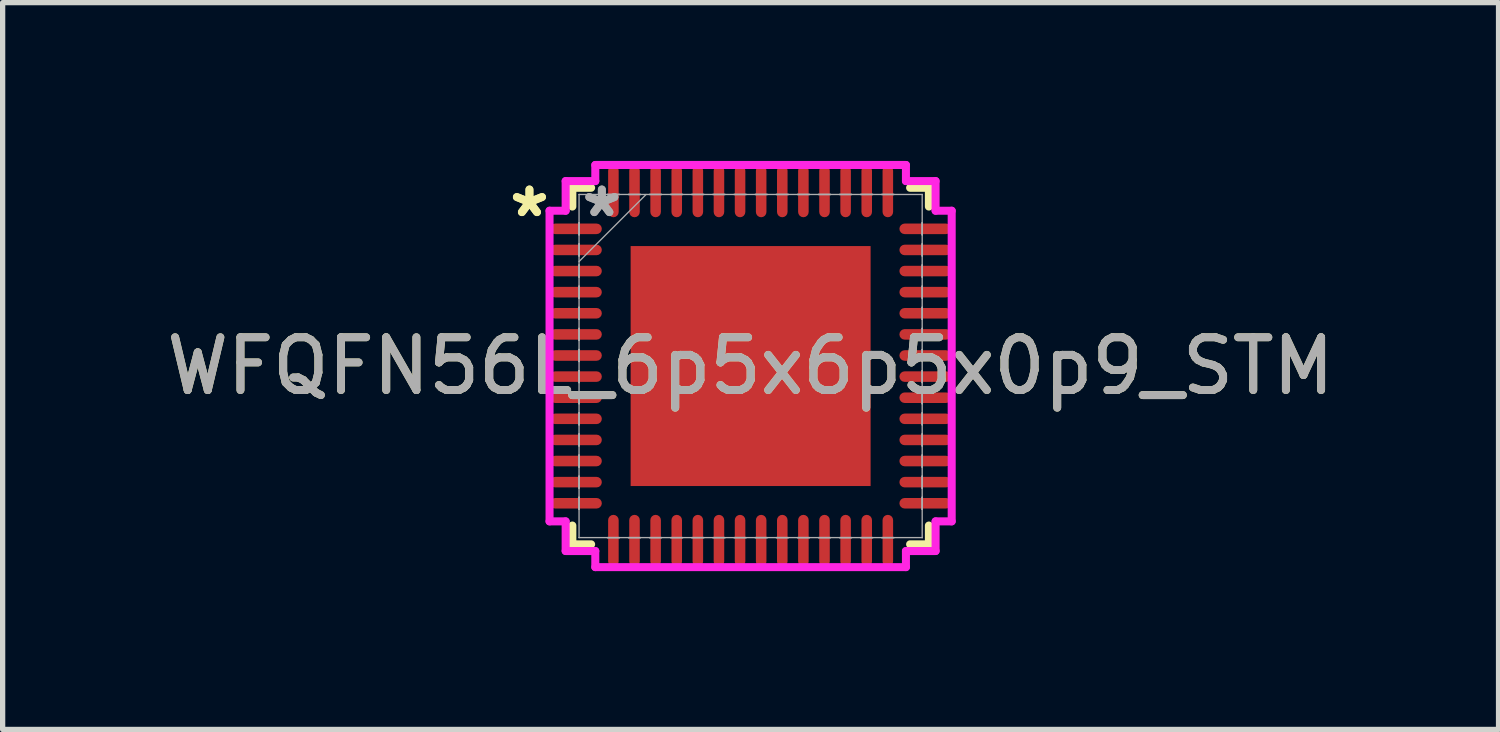
<source format=kicad_pcb>
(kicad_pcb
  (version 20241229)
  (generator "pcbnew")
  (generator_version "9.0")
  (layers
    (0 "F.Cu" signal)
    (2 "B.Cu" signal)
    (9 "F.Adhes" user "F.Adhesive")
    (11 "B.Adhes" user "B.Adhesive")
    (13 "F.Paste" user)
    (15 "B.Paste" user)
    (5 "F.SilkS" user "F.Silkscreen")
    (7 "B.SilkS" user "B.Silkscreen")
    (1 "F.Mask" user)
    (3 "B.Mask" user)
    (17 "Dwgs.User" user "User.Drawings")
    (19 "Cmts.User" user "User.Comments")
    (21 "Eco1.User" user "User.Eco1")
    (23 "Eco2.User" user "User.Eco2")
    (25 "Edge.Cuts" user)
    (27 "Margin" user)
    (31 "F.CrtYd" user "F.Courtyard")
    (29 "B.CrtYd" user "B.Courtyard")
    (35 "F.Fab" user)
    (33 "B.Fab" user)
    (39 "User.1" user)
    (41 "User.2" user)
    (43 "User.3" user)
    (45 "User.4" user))
  (footprint "WFQFN56L_6p5x6p5x0p9_STM"
    (layer "F.Cu")
    (at 11.173 3.886)
    (property "Reference" "WFQFN56L_6p5x6p5x0p9_STM" (at 0 0 0) (unlocked yes) (layer "F.SilkS") (effects (font (size 1 1) (thickness 0.15))))
    (attr smd)
    (fp_line (start -3.378 -3.378) (end -3.378 -3.022) (stroke (width 0.152) (type solid)) (layer "F.SilkS"))
    (fp_line (start -3.378 3.022) (end -3.378 3.378) (stroke (width 0.152) (type solid)) (layer "F.SilkS"))
    (fp_line (start -3.378 3.378) (end -3.022 3.378) (stroke (width 0.152) (type solid)) (layer "F.SilkS"))
    (fp_line (start -3.022 -3.378) (end -3.378 -3.378) (stroke (width 0.152) (type solid)) (layer "F.SilkS"))
    (fp_line (start 3.022 3.378) (end 3.378 3.378) (stroke (width 0.152) (type solid)) (layer "F.SilkS"))
    (fp_line (start 3.378 -3.378) (end 3.022 -3.378) (stroke (width 0.152) (type solid)) (layer "F.SilkS"))
    (fp_line (start 3.378 -3.022) (end 3.378 -3.378) (stroke (width 0.152) (type solid)) (layer "F.SilkS"))
    (fp_line (start 3.378 3.378) (end 3.378 3.022) (stroke (width 0.152) (type solid)) (layer "F.SilkS"))
    (fp_rect (start -2.076 -2.076) (end -0.956 -0.956) (stroke (width 0.1) (type default)) (fill yes) (layer "F.Paste"))
    (fp_rect (start -2.076 -0.56) (end -0.956 0.56) (stroke (width 0.1) (type default)) (fill yes) (layer "F.Paste"))
    (fp_rect (start -2.076 0.956) (end -0.956 2.076) (stroke (width 0.1) (type default)) (fill yes) (layer "F.Paste"))
    (fp_rect (start -0.56 -2.076) (end 0.56 -0.956) (stroke (width 0.1) (type default)) (fill yes) (layer "F.Paste"))
    (fp_rect (start -0.56 -0.56) (end 0.56 0.56) (stroke (width 0.1) (type default)) (fill yes) (layer "F.Paste"))
    (fp_rect (start -0.56 0.956) (end 0.56 2.076) (stroke (width 0.1) (type default)) (fill yes) (layer "F.Paste"))
    (fp_rect (start 0.956 -2.076) (end 2.076 -0.956) (stroke (width 0.1) (type default)) (fill yes) (layer "F.Paste"))
    (fp_rect (start 0.956 -0.56) (end 2.076 0.56) (stroke (width 0.1) (type default)) (fill yes) (layer "F.Paste"))
    (fp_rect (start 0.956 0.956) (end 2.076 2.076) (stroke (width 0.1) (type default)) (fill yes) (layer "F.Paste"))
    (fp_line (start -3.81 -2.943) (end -3.505 -2.943) (stroke (width 0.152) (type solid)) (layer "F.CrtYd"))
    (fp_line (start -3.81 2.943) (end -3.81 -2.943) (stroke (width 0.152) (type solid)) (layer "F.CrtYd"))
    (fp_line (start -3.505 -3.505) (end -2.943 -3.505) (stroke (width 0.152) (type solid)) (layer "F.CrtYd"))
    (fp_line (start -3.505 -2.943) (end -3.505 -3.505) (stroke (width 0.152) (type solid)) (layer "F.CrtYd"))
    (fp_line (start -3.505 2.943) (end -3.81 2.943) (stroke (width 0.152) (type solid)) (layer "F.CrtYd"))
    (fp_line (start -3.505 3.505) (end -3.505 2.943) (stroke (width 0.152) (type solid)) (layer "F.CrtYd"))
    (fp_line (start -2.943 -3.81) (end 2.943 -3.81) (stroke (width 0.152) (type solid)) (layer "F.CrtYd"))
    (fp_line (start -2.943 -3.505) (end -2.943 -3.81) (stroke (width 0.152) (type solid)) (layer "F.CrtYd"))
    (fp_line (start -2.943 3.505) (end -3.505 3.505) (stroke (width 0.152) (type solid)) (layer "F.CrtYd"))
    (fp_line (start -2.943 3.81) (end -2.943 3.505) (stroke (width 0.152) (type solid)) (layer "F.CrtYd"))
    (fp_line (start 2.943 -3.81) (end 2.943 -3.505) (stroke (width 0.152) (type solid)) (layer "F.CrtYd"))
    (fp_line (start 2.943 -3.505) (end 3.505 -3.505) (stroke (width 0.152) (type solid)) (layer "F.CrtYd"))
    (fp_line (start 2.943 3.505) (end 2.943 3.81) (stroke (width 0.152) (type solid)) (layer "F.CrtYd"))
    (fp_line (start 2.943 3.81) (end -2.943 3.81) (stroke (width 0.152) (type solid)) (layer "F.CrtYd"))
    (fp_line (start 3.505 -3.505) (end 3.505 -2.943) (stroke (width 0.152) (type solid)) (layer "F.CrtYd"))
    (fp_line (start 3.505 -2.943) (end 3.81 -2.943) (stroke (width 0.152) (type solid)) (layer "F.CrtYd"))
    (fp_line (start 3.505 2.943) (end 3.505 3.505) (stroke (width 0.152) (type solid)) (layer "F.CrtYd"))
    (fp_line (start 3.505 3.505) (end 2.943 3.505) (stroke (width 0.152) (type solid)) (layer "F.CrtYd"))
    (fp_line (start 3.81 -2.943) (end 3.81 2.943) (stroke (width 0.152) (type solid)) (layer "F.CrtYd"))
    (fp_line (start 3.81 2.943) (end 3.505 2.943) (stroke (width 0.152) (type solid)) (layer "F.CrtYd"))
    (fp_line (start -3.251 -3.251) (end -3.251 -3.251) (stroke (width 0.025) (type solid)) (layer "F.Fab"))
    (fp_line (start -3.251 -3.251) (end -3.251 3.251) (stroke (width 0.025) (type solid)) (layer "F.Fab"))
    (fp_line (start -3.251 -2.715) (end -3.251 -2.715) (stroke (width 0.025) (type solid)) (layer "F.Fab"))
    (fp_line (start -3.251 -2.715) (end -3.251 -2.486) (stroke (width 0.025) (type solid)) (layer "F.Fab"))
    (fp_line (start -3.251 -2.486) (end -3.251 -2.715) (stroke (width 0.025) (type solid)) (layer "F.Fab"))
    (fp_line (start -3.251 -2.486) (end -3.251 -2.486) (stroke (width 0.025) (type solid)) (layer "F.Fab"))
    (fp_line (start -3.251 -2.315) (end -3.251 -2.315) (stroke (width 0.025) (type solid)) (layer "F.Fab"))
    (fp_line (start -3.251 -2.315) (end -3.251 -2.086) (stroke (width 0.025) (type solid)) (layer "F.Fab"))
    (fp_line (start -3.251 -2.086) (end -3.251 -2.315) (stroke (width 0.025) (type solid)) (layer "F.Fab"))
    (fp_line (start -3.251 -2.086) (end -3.251 -2.086) (stroke (width 0.025) (type solid)) (layer "F.Fab"))
    (fp_line (start -3.251 -1.981) (end -1.981 -3.251) (stroke (width 0.025) (type solid)) (layer "F.Fab"))
    (fp_line (start -3.251 -1.915) (end -3.251 -1.915) (stroke (width 0.025) (type solid)) (layer "F.Fab"))
    (fp_line (start -3.251 -1.915) (end -3.251 -1.686) (stroke (width 0.025) (type solid)) (layer "F.Fab"))
    (fp_line (start -3.251 -1.686) (end -3.251 -1.915) (stroke (width 0.025) (type solid)) (layer "F.Fab"))
    (fp_line (start -3.251 -1.686) (end -3.251 -1.686) (stroke (width 0.025) (type solid)) (layer "F.Fab"))
    (fp_line (start -3.251 -1.514) (end -3.251 -1.514) (stroke (width 0.025) (type solid)) (layer "F.Fab"))
    (fp_line (start -3.251 -1.514) (end -3.251 -1.286) (stroke (width 0.025) (type solid)) (layer "F.Fab"))
    (fp_line (start -3.251 -1.286) (end -3.251 -1.514) (stroke (width 0.025) (type solid)) (layer "F.Fab"))
    (fp_line (start -3.251 -1.286) (end -3.251 -1.286) (stroke (width 0.025) (type solid)) (layer "F.Fab"))
    (fp_line (start -3.251 -1.114) (end -3.251 -1.114) (stroke (width 0.025) (type solid)) (layer "F.Fab"))
    (fp_line (start -3.251 -1.114) (end -3.251 -0.886) (stroke (width 0.025) (type solid)) (layer "F.Fab"))
    (fp_line (start -3.251 -0.886) (end -3.251 -1.114) (stroke (width 0.025) (type solid)) (layer "F.Fab"))
    (fp_line (start -3.251 -0.886) (end -3.251 -0.886) (stroke (width 0.025) (type solid)) (layer "F.Fab"))
    (fp_line (start -3.251 -0.714) (end -3.251 -0.714) (stroke (width 0.025) (type solid)) (layer "F.Fab"))
    (fp_line (start -3.251 -0.714) (end -3.251 -0.486) (stroke (width 0.025) (type solid)) (layer "F.Fab"))
    (fp_line (start -3.251 -0.486) (end -3.251 -0.714) (stroke (width 0.025) (type solid)) (layer "F.Fab"))
    (fp_line (start -3.251 -0.486) (end -3.251 -0.486) (stroke (width 0.025) (type solid)) (layer "F.Fab"))
    (fp_line (start -3.251 -0.314) (end -3.251 -0.314) (stroke (width 0.025) (type solid)) (layer "F.Fab"))
    (fp_line (start -3.251 -0.314) (end -3.251 -0.086) (stroke (width 0.025) (type solid)) (layer "F.Fab"))
    (fp_line (start -3.251 -0.086) (end -3.251 -0.314) (stroke (width 0.025) (type solid)) (layer "F.Fab"))
    (fp_line (start -3.251 -0.086) (end -3.251 -0.086) (stroke (width 0.025) (type solid)) (layer "F.Fab"))
    (fp_line (start -3.251 0.086) (end -3.251 0.086) (stroke (width 0.025) (type solid)) (layer "F.Fab"))
    (fp_line (start -3.251 0.086) (end -3.251 0.314) (stroke (width 0.025) (type solid)) (layer "F.Fab"))
    (fp_line (start -3.251 0.314) (end -3.251 0.086) (stroke (width 0.025) (type solid)) (layer "F.Fab"))
    (fp_line (start -3.251 0.314) (end -3.251 0.314) (stroke (width 0.025) (type solid)) (layer "F.Fab"))
    (fp_line (start -3.251 0.486) (end -3.251 0.486) (stroke (width 0.025) (type solid)) (layer "F.Fab"))
    (fp_line (start -3.251 0.486) (end -3.251 0.714) (stroke (width 0.025) (type solid)) (layer "F.Fab"))
    (fp_line (start -3.251 0.714) (end -3.251 0.486) (stroke (width 0.025) (type solid)) (layer "F.Fab"))
    (fp_line (start -3.251 0.714) (end -3.251 0.714) (stroke (width 0.025) (type solid)) (layer "F.Fab"))
    (fp_line (start -3.251 0.886) (end -3.251 0.886) (stroke (width 0.025) (type solid)) (layer "F.Fab"))
    (fp_line (start -3.251 0.886) (end -3.251 1.114) (stroke (width 0.025) (type solid)) (layer "F.Fab"))
    (fp_line (start -3.251 1.114) (end -3.251 0.886) (stroke (width 0.025) (type solid)) (layer "F.Fab"))
    (fp_line (start -3.251 1.114) (end -3.251 1.114) (stroke (width 0.025) (type solid)) (layer "F.Fab"))
    (fp_line (start -3.251 1.286) (end -3.251 1.286) (stroke (width 0.025) (type solid)) (layer "F.Fab"))
    (fp_line (start -3.251 1.286) (end -3.251 1.514) (stroke (width 0.025) (type solid)) (layer "F.Fab"))
    (fp_line (start -3.251 1.514) (end -3.251 1.286) (stroke (width 0.025) (type solid)) (layer "F.Fab"))
    (fp_line (start -3.251 1.514) (end -3.251 1.514) (stroke (width 0.025) (type solid)) (layer "F.Fab"))
    (fp_line (start -3.251 1.686) (end -3.251 1.686) (stroke (width 0.025) (type solid)) (layer "F.Fab"))
    (fp_line (start -3.251 1.686) (end -3.251 1.915) (stroke (width 0.025) (type solid)) (layer "F.Fab"))
    (fp_line (start -3.251 1.915) (end -3.251 1.686) (stroke (width 0.025) (type solid)) (layer "F.Fab"))
    (fp_line (start -3.251 1.915) (end -3.251 1.915) (stroke (width 0.025) (type solid)) (layer "F.Fab"))
    (fp_line (start -3.251 2.086) (end -3.251 2.086) (stroke (width 0.025) (type solid)) (layer "F.Fab"))
    (fp_line (start -3.251 2.086) (end -3.251 2.315) (stroke (width 0.025) (type solid)) (layer "F.Fab"))
    (fp_line (start -3.251 2.315) (end -3.251 2.086) (stroke (width 0.025) (type solid)) (layer "F.Fab"))
    (fp_line (start -3.251 2.315) (end -3.251 2.315) (stroke (width 0.025) (type solid)) (layer "F.Fab"))
    (fp_line (start -3.251 2.486) (end -3.251 2.486) (stroke (width 0.025) (type solid)) (layer "F.Fab"))
    (fp_line (start -3.251 2.486) (end -3.251 2.715) (stroke (width 0.025) (type solid)) (layer "F.Fab"))
    (fp_line (start -3.251 2.715) (end -3.251 2.486) (stroke (width 0.025) (type solid)) (layer "F.Fab"))
    (fp_line (start -3.251 2.715) (end -3.251 2.715) (stroke (width 0.025) (type solid)) (layer "F.Fab"))
    (fp_line (start -3.251 3.251) (end -3.251 3.251) (stroke (width 0.025) (type solid)) (layer "F.Fab"))
    (fp_line (start -3.251 3.251) (end 3.251 3.251) (stroke (width 0.025) (type solid)) (layer "F.Fab"))
    (fp_line (start -2.715 -3.251) (end -2.715 -3.251) (stroke (width 0.025) (type solid)) (layer "F.Fab"))
    (fp_line (start -2.715 -3.251) (end -2.486 -3.251) (stroke (width 0.025) (type solid)) (layer "F.Fab"))
    (fp_line (start -2.715 3.251) (end -2.715 3.251) (stroke (width 0.025) (type solid)) (layer "F.Fab"))
    (fp_line (start -2.715 3.251) (end -2.486 3.251) (stroke (width 0.025) (type solid)) (layer "F.Fab"))
    (fp_line (start -2.486 -3.251) (end -2.715 -3.251) (stroke (width 0.025) (type solid)) (layer "F.Fab"))
    (fp_line (start -2.486 -3.251) (end -2.486 -3.251) (stroke (width 0.025) (type solid)) (layer "F.Fab"))
    (fp_line (start -2.486 3.251) (end -2.715 3.251) (stroke (width 0.025) (type solid)) (layer "F.Fab"))
    (fp_line (start -2.486 3.251) (end -2.486 3.251) (stroke (width 0.025) (type solid)) (layer "F.Fab"))
    (fp_line (start -2.315 -3.251) (end -2.315 -3.251) (stroke (width 0.025) (type solid)) (layer "F.Fab"))
    (fp_line (start -2.315 -3.251) (end -2.086 -3.251) (stroke (width 0.025) (type solid)) (layer "F.Fab"))
    (fp_line (start -2.315 3.251) (end -2.315 3.251) (stroke (width 0.025) (type solid)) (layer "F.Fab"))
    (fp_line (start -2.315 3.251) (end -2.086 3.251) (stroke (width 0.025) (type solid)) (layer "F.Fab"))
    (fp_line (start -2.086 -3.251) (end -2.315 -3.251) (stroke (width 0.025) (type solid)) (layer "F.Fab"))
    (fp_line (start -2.086 -3.251) (end -2.086 -3.251) (stroke (width 0.025) (type solid)) (layer "F.Fab"))
    (fp_line (start -2.086 3.251) (end -2.315 3.251) (stroke (width 0.025) (type solid)) (layer "F.Fab"))
    (fp_line (start -2.086 3.251) (end -2.086 3.251) (stroke (width 0.025) (type solid)) (layer "F.Fab"))
    (fp_line (start -1.915 -3.251) (end -1.915 -3.251) (stroke (width 0.025) (type solid)) (layer "F.Fab"))
    (fp_line (start -1.915 -3.251) (end -1.686 -3.251) (stroke (width 0.025) (type solid)) (layer "F.Fab"))
    (fp_line (start -1.915 3.251) (end -1.915 3.251) (stroke (width 0.025) (type solid)) (layer "F.Fab"))
    (fp_line (start -1.915 3.251) (end -1.686 3.251) (stroke (width 0.025) (type solid)) (layer "F.Fab"))
    (fp_line (start -1.686 -3.251) (end -1.915 -3.251) (stroke (width 0.025) (type solid)) (layer "F.Fab"))
    (fp_line (start -1.686 -3.251) (end -1.686 -3.251) (stroke (width 0.025) (type solid)) (layer "F.Fab"))
    (fp_line (start -1.686 3.251) (end -1.915 3.251) (stroke (width 0.025) (type solid)) (layer "F.Fab"))
    (fp_line (start -1.686 3.251) (end -1.686 3.251) (stroke (width 0.025) (type solid)) (layer "F.Fab"))
    (fp_line (start -1.514 -3.251) (end -1.514 -3.251) (stroke (width 0.025) (type solid)) (layer "F.Fab"))
    (fp_line (start -1.514 -3.251) (end -1.286 -3.251) (stroke (width 0.025) (type solid)) (layer "F.Fab"))
    (fp_line (start -1.514 3.251) (end -1.514 3.251) (stroke (width 0.025) (type solid)) (layer "F.Fab"))
    (fp_line (start -1.514 3.251) (end -1.286 3.251) (stroke (width 0.025) (type solid)) (layer "F.Fab"))
    (fp_line (start -1.286 -3.251) (end -1.514 -3.251) (stroke (width 0.025) (type solid)) (layer "F.Fab"))
    (fp_line (start -1.286 -3.251) (end -1.286 -3.251) (stroke (width 0.025) (type solid)) (layer "F.Fab"))
    (fp_line (start -1.286 3.251) (end -1.514 3.251) (stroke (width 0.025) (type solid)) (layer "F.Fab"))
    (fp_line (start -1.286 3.251) (end -1.286 3.251) (stroke (width 0.025) (type solid)) (layer "F.Fab"))
    (fp_line (start -1.114 -3.251) (end -1.114 -3.251) (stroke (width 0.025) (type solid)) (layer "F.Fab"))
    (fp_line (start -1.114 -3.251) (end -0.886 -3.251) (stroke (width 0.025) (type solid)) (layer "F.Fab"))
    (fp_line (start -1.114 3.251) (end -1.114 3.251) (stroke (width 0.025) (type solid)) (layer "F.Fab"))
    (fp_line (start -1.114 3.251) (end -0.886 3.251) (stroke (width 0.025) (type solid)) (layer "F.Fab"))
    (fp_line (start -0.886 -3.251) (end -1.114 -3.251) (stroke (width 0.025) (type solid)) (layer "F.Fab"))
    (fp_line (start -0.886 -3.251) (end -0.886 -3.251) (stroke (width 0.025) (type solid)) (layer "F.Fab"))
    (fp_line (start -0.886 3.251) (end -1.114 3.251) (stroke (width 0.025) (type solid)) (layer "F.Fab"))
    (fp_line (start -0.886 3.251) (end -0.886 3.251) (stroke (width 0.025) (type solid)) (layer "F.Fab"))
    (fp_line (start -0.714 -3.251) (end -0.714 -3.251) (stroke (width 0.025) (type solid)) (layer "F.Fab"))
    (fp_line (start -0.714 -3.251) (end -0.486 -3.251) (stroke (width 0.025) (type solid)) (layer "F.Fab"))
    (fp_line (start -0.714 3.251) (end -0.714 3.251) (stroke (width 0.025) (type solid)) (layer "F.Fab"))
    (fp_line (start -0.714 3.251) (end -0.486 3.251) (stroke (width 0.025) (type solid)) (layer "F.Fab"))
    (fp_line (start -0.486 -3.251) (end -0.714 -3.251) (stroke (width 0.025) (type solid)) (layer "F.Fab"))
    (fp_line (start -0.486 -3.251) (end -0.486 -3.251) (stroke (width 0.025) (type solid)) (layer "F.Fab"))
    (fp_line (start -0.486 3.251) (end -0.714 3.251) (stroke (width 0.025) (type solid)) (layer "F.Fab"))
    (fp_line (start -0.486 3.251) (end -0.486 3.251) (stroke (width 0.025) (type solid)) (layer "F.Fab"))
    (fp_line (start -0.314 -3.251) (end -0.314 -3.251) (stroke (width 0.025) (type solid)) (layer "F.Fab"))
    (fp_line (start -0.314 -3.251) (end -0.086 -3.251) (stroke (width 0.025) (type solid)) (layer "F.Fab"))
    (fp_line (start -0.314 3.251) (end -0.314 3.251) (stroke (width 0.025) (type solid)) (layer "F.Fab"))
    (fp_line (start -0.314 3.251) (end -0.086 3.251) (stroke (width 0.025) (type solid)) (layer "F.Fab"))
    (fp_line (start -0.086 -3.251) (end -0.314 -3.251) (stroke (width 0.025) (type solid)) (layer "F.Fab"))
    (fp_line (start -0.086 -3.251) (end -0.086 -3.251) (stroke (width 0.025) (type solid)) (layer "F.Fab"))
    (fp_line (start -0.086 3.251) (end -0.314 3.251) (stroke (width 0.025) (type solid)) (layer "F.Fab"))
    (fp_line (start -0.086 3.251) (end -0.086 3.251) (stroke (width 0.025) (type solid)) (layer "F.Fab"))
    (fp_line (start 0.086 -3.251) (end 0.086 -3.251) (stroke (width 0.025) (type solid)) (layer "F.Fab"))
    (fp_line (start 0.086 -3.251) (end 0.314 -3.251) (stroke (width 0.025) (type solid)) (layer "F.Fab"))
    (fp_line (start 0.086 3.251) (end 0.086 3.251) (stroke (width 0.025) (type solid)) (layer "F.Fab"))
    (fp_line (start 0.086 3.251) (end 0.314 3.251) (stroke (width 0.025) (type solid)) (layer "F.Fab"))
    (fp_line (start 0.314 -3.251) (end 0.086 -3.251) (stroke (width 0.025) (type solid)) (layer "F.Fab"))
    (fp_line (start 0.314 -3.251) (end 0.314 -3.251) (stroke (width 0.025) (type solid)) (layer "F.Fab"))
    (fp_line (start 0.314 3.251) (end 0.086 3.251) (stroke (width 0.025) (type solid)) (layer "F.Fab"))
    (fp_line (start 0.314 3.251) (end 0.314 3.251) (stroke (width 0.025) (type solid)) (layer "F.Fab"))
    (fp_line (start 0.486 -3.251) (end 0.486 -3.251) (stroke (width 0.025) (type solid)) (layer "F.Fab"))
    (fp_line (start 0.486 -3.251) (end 0.714 -3.251) (stroke (width 0.025) (type solid)) (layer "F.Fab"))
    (fp_line (start 0.486 3.251) (end 0.486 3.251) (stroke (width 0.025) (type solid)) (layer "F.Fab"))
    (fp_line (start 0.486 3.251) (end 0.714 3.251) (stroke (width 0.025) (type solid)) (layer "F.Fab"))
    (fp_line (start 0.714 -3.251) (end 0.486 -3.251) (stroke (width 0.025) (type solid)) (layer "F.Fab"))
    (fp_line (start 0.714 -3.251) (end 0.714 -3.251) (stroke (width 0.025) (type solid)) (layer "F.Fab"))
    (fp_line (start 0.714 3.251) (end 0.486 3.251) (stroke (width 0.025) (type solid)) (layer "F.Fab"))
    (fp_line (start 0.714 3.251) (end 0.714 3.251) (stroke (width 0.025) (type solid)) (layer "F.Fab"))
    (fp_line (start 0.886 -3.251) (end 0.886 -3.251) (stroke (width 0.025) (type solid)) (layer "F.Fab"))
    (fp_line (start 0.886 -3.251) (end 1.114 -3.251) (stroke (width 0.025) (type solid)) (layer "F.Fab"))
    (fp_line (start 0.886 3.251) (end 0.886 3.251) (stroke (width 0.025) (type solid)) (layer "F.Fab"))
    (fp_line (start 0.886 3.251) (end 1.114 3.251) (stroke (width 0.025) (type solid)) (layer "F.Fab"))
    (fp_line (start 1.114 -3.251) (end 0.886 -3.251) (stroke (width 0.025) (type solid)) (layer "F.Fab"))
    (fp_line (start 1.114 -3.251) (end 1.114 -3.251) (stroke (width 0.025) (type solid)) (layer "F.Fab"))
    (fp_line (start 1.114 3.251) (end 0.886 3.251) (stroke (width 0.025) (type solid)) (layer "F.Fab"))
    (fp_line (start 1.114 3.251) (end 1.114 3.251) (stroke (width 0.025) (type solid)) (layer "F.Fab"))
    (fp_line (start 1.286 -3.251) (end 1.286 -3.251) (stroke (width 0.025) (type solid)) (layer "F.Fab"))
    (fp_line (start 1.286 -3.251) (end 1.514 -3.251) (stroke (width 0.025) (type solid)) (layer "F.Fab"))
    (fp_line (start 1.286 3.251) (end 1.286 3.251) (stroke (width 0.025) (type solid)) (layer "F.Fab"))
    (fp_line (start 1.286 3.251) (end 1.514 3.251) (stroke (width 0.025) (type solid)) (layer "F.Fab"))
    (fp_line (start 1.514 -3.251) (end 1.286 -3.251) (stroke (width 0.025) (type solid)) (layer "F.Fab"))
    (fp_line (start 1.514 -3.251) (end 1.514 -3.251) (stroke (width 0.025) (type solid)) (layer "F.Fab"))
    (fp_line (start 1.514 3.251) (end 1.286 3.251) (stroke (width 0.025) (type solid)) (layer "F.Fab"))
    (fp_line (start 1.514 3.251) (end 1.514 3.251) (stroke (width 0.025) (type solid)) (layer "F.Fab"))
    (fp_line (start 1.686 -3.251) (end 1.686 -3.251) (stroke (width 0.025) (type solid)) (layer "F.Fab"))
    (fp_line (start 1.686 -3.251) (end 1.915 -3.251) (stroke (width 0.025) (type solid)) (layer "F.Fab"))
    (fp_line (start 1.686 3.251) (end 1.686 3.251) (stroke (width 0.025) (type solid)) (layer "F.Fab"))
    (fp_line (start 1.686 3.251) (end 1.915 3.251) (stroke (width 0.025) (type solid)) (layer "F.Fab"))
    (fp_line (start 1.915 -3.251) (end 1.686 -3.251) (stroke (width 0.025) (type solid)) (layer "F.Fab"))
    (fp_line (start 1.915 -3.251) (end 1.915 -3.251) (stroke (width 0.025) (type solid)) (layer "F.Fab"))
    (fp_line (start 1.915 3.251) (end 1.686 3.251) (stroke (width 0.025) (type solid)) (layer "F.Fab"))
    (fp_line (start 1.915 3.251) (end 1.915 3.251) (stroke (width 0.025) (type solid)) (layer "F.Fab"))
    (fp_line (start 2.086 -3.251) (end 2.086 -3.251) (stroke (width 0.025) (type solid)) (layer "F.Fab"))
    (fp_line (start 2.086 -3.251) (end 2.315 -3.251) (stroke (width 0.025) (type solid)) (layer "F.Fab"))
    (fp_line (start 2.086 3.251) (end 2.086 3.251) (stroke (width 0.025) (type solid)) (layer "F.Fab"))
    (fp_line (start 2.086 3.251) (end 2.315 3.251) (stroke (width 0.025) (type solid)) (layer "F.Fab"))
    (fp_line (start 2.315 -3.251) (end 2.086 -3.251) (stroke (width 0.025) (type solid)) (layer "F.Fab"))
    (fp_line (start 2.315 -3.251) (end 2.315 -3.251) (stroke (width 0.025) (type solid)) (layer "F.Fab"))
    (fp_line (start 2.315 3.251) (end 2.086 3.251) (stroke (width 0.025) (type solid)) (layer "F.Fab"))
    (fp_line (start 2.315 3.251) (end 2.315 3.251) (stroke (width 0.025) (type solid)) (layer "F.Fab"))
    (fp_line (start 2.486 -3.251) (end 2.486 -3.251) (stroke (width 0.025) (type solid)) (layer "F.Fab"))
    (fp_line (start 2.486 -3.251) (end 2.715 -3.251) (stroke (width 0.025) (type solid)) (layer "F.Fab"))
    (fp_line (start 2.486 3.251) (end 2.486 3.251) (stroke (width 0.025) (type solid)) (layer "F.Fab"))
    (fp_line (start 2.486 3.251) (end 2.715 3.251) (stroke (width 0.025) (type solid)) (layer "F.Fab"))
    (fp_line (start 2.715 -3.251) (end 2.486 -3.251) (stroke (width 0.025) (type solid)) (layer "F.Fab"))
    (fp_line (start 2.715 -3.251) (end 2.715 -3.251) (stroke (width 0.025) (type solid)) (layer "F.Fab"))
    (fp_line (start 2.715 3.251) (end 2.486 3.251) (stroke (width 0.025) (type solid)) (layer "F.Fab"))
    (fp_line (start 2.715 3.251) (end 2.715 3.251) (stroke (width 0.025) (type solid)) (layer "F.Fab"))
    (fp_line (start 3.251 -3.251) (end -3.251 -3.251) (stroke (width 0.025) (type solid)) (layer "F.Fab"))
    (fp_line (start 3.251 -3.251) (end 3.251 -3.251) (stroke (width 0.025) (type solid)) (layer "F.Fab"))
    (fp_line (start 3.251 -2.715) (end 3.251 -2.715) (stroke (width 0.025) (type solid)) (layer "F.Fab"))
    (fp_line (start 3.251 -2.715) (end 3.251 -2.486) (stroke (width 0.025) (type solid)) (layer "F.Fab"))
    (fp_line (start 3.251 -2.486) (end 3.251 -2.715) (stroke (width 0.025) (type solid)) (layer "F.Fab"))
    (fp_line (start 3.251 -2.486) (end 3.251 -2.486) (stroke (width 0.025) (type solid)) (layer "F.Fab"))
    (fp_line (start 3.251 -2.315) (end 3.251 -2.315) (stroke (width 0.025) (type solid)) (layer "F.Fab"))
    (fp_line (start 3.251 -2.315) (end 3.251 -2.086) (stroke (width 0.025) (type solid)) (layer "F.Fab"))
    (fp_line (start 3.251 -2.086) (end 3.251 -2.315) (stroke (width 0.025) (type solid)) (layer "F.Fab"))
    (fp_line (start 3.251 -2.086) (end 3.251 -2.086) (stroke (width 0.025) (type solid)) (layer "F.Fab"))
    (fp_line (start 3.251 -1.915) (end 3.251 -1.915) (stroke (width 0.025) (type solid)) (layer "F.Fab"))
    (fp_line (start 3.251 -1.915) (end 3.251 -1.686) (stroke (width 0.025) (type solid)) (layer "F.Fab"))
    (fp_line (start 3.251 -1.686) (end 3.251 -1.915) (stroke (width 0.025) (type solid)) (layer "F.Fab"))
    (fp_line (start 3.251 -1.686) (end 3.251 -1.686) (stroke (width 0.025) (type solid)) (layer "F.Fab"))
    (fp_line (start 3.251 -1.514) (end 3.251 -1.514) (stroke (width 0.025) (type solid)) (layer "F.Fab"))
    (fp_line (start 3.251 -1.514) (end 3.251 -1.286) (stroke (width 0.025) (type solid)) (layer "F.Fab"))
    (fp_line (start 3.251 -1.286) (end 3.251 -1.514) (stroke (width 0.025) (type solid)) (layer "F.Fab"))
    (fp_line (start 3.251 -1.286) (end 3.251 -1.286) (stroke (width 0.025) (type solid)) (layer "F.Fab"))
    (fp_line (start 3.251 -1.114) (end 3.251 -1.114) (stroke (width 0.025) (type solid)) (layer "F.Fab"))
    (fp_line (start 3.251 -1.114) (end 3.251 -0.886) (stroke (width 0.025) (type solid)) (layer "F.Fab"))
    (fp_line (start 3.251 -0.886) (end 3.251 -1.114) (stroke (width 0.025) (type solid)) (layer "F.Fab"))
    (fp_line (start 3.251 -0.886) (end 3.251 -0.886) (stroke (width 0.025) (type solid)) (layer "F.Fab"))
    (fp_line (start 3.251 -0.714) (end 3.251 -0.714) (stroke (width 0.025) (type solid)) (layer "F.Fab"))
    (fp_line (start 3.251 -0.714) (end 3.251 -0.486) (stroke (width 0.025) (type solid)) (layer "F.Fab"))
    (fp_line (start 3.251 -0.486) (end 3.251 -0.714) (stroke (width 0.025) (type solid)) (layer "F.Fab"))
    (fp_line (start 3.251 -0.486) (end 3.251 -0.486) (stroke (width 0.025) (type solid)) (layer "F.Fab"))
    (fp_line (start 3.251 -0.314) (end 3.251 -0.314) (stroke (width 0.025) (type solid)) (layer "F.Fab"))
    (fp_line (start 3.251 -0.314) (end 3.251 -0.086) (stroke (width 0.025) (type solid)) (layer "F.Fab"))
    (fp_line (start 3.251 -0.086) (end 3.251 -0.314) (stroke (width 0.025) (type solid)) (layer "F.Fab"))
    (fp_line (start 3.251 -0.086) (end 3.251 -0.086) (stroke (width 0.025) (type solid)) (layer "F.Fab"))
    (fp_line (start 3.251 0.086) (end 3.251 0.086) (stroke (width 0.025) (type solid)) (layer "F.Fab"))
    (fp_line (start 3.251 0.086) (end 3.251 0.314) (stroke (width 0.025) (type solid)) (layer "F.Fab"))
    (fp_line (start 3.251 0.314) (end 3.251 0.086) (stroke (width 0.025) (type solid)) (layer "F.Fab"))
    (fp_line (start 3.251 0.314) (end 3.251 0.314) (stroke (width 0.025) (type solid)) (layer "F.Fab"))
    (fp_line (start 3.251 0.486) (end 3.251 0.486) (stroke (width 0.025) (type solid)) (layer "F.Fab"))
    (fp_line (start 3.251 0.486) (end 3.251 0.714) (stroke (width 0.025) (type solid)) (layer "F.Fab"))
    (fp_line (start 3.251 0.714) (end 3.251 0.486) (stroke (width 0.025) (type solid)) (layer "F.Fab"))
    (fp_line (start 3.251 0.714) (end 3.251 0.714) (stroke (width 0.025) (type solid)) (layer "F.Fab"))
    (fp_line (start 3.251 0.886) (end 3.251 0.886) (stroke (width 0.025) (type solid)) (layer "F.Fab"))
    (fp_line (start 3.251 0.886) (end 3.251 1.114) (stroke (width 0.025) (type solid)) (layer "F.Fab"))
    (fp_line (start 3.251 1.114) (end 3.251 0.886) (stroke (width 0.025) (type solid)) (layer "F.Fab"))
    (fp_line (start 3.251 1.114) (end 3.251 1.114) (stroke (width 0.025) (type solid)) (layer "F.Fab"))
    (fp_line (start 3.251 1.286) (end 3.251 1.286) (stroke (width 0.025) (type solid)) (layer "F.Fab"))
    (fp_line (start 3.251 1.286) (end 3.251 1.514) (stroke (width 0.025) (type solid)) (layer "F.Fab"))
    (fp_line (start 3.251 1.514) (end 3.251 1.286) (stroke (width 0.025) (type solid)) (layer "F.Fab"))
    (fp_line (start 3.251 1.514) (end 3.251 1.514) (stroke (width 0.025) (type solid)) (layer "F.Fab"))
    (fp_line (start 3.251 1.686) (end 3.251 1.686) (stroke (width 0.025) (type solid)) (layer "F.Fab"))
    (fp_line (start 3.251 1.686) (end 3.251 1.915) (stroke (width 0.025) (type solid)) (layer "F.Fab"))
    (fp_line (start 3.251 1.915) (end 3.251 1.686) (stroke (width 0.025) (type solid)) (layer "F.Fab"))
    (fp_line (start 3.251 1.915) (end 3.251 1.915) (stroke (width 0.025) (type solid)) (layer "F.Fab"))
    (fp_line (start 3.251 2.086) (end 3.251 2.086) (stroke (width 0.025) (type solid)) (layer "F.Fab"))
    (fp_line (start 3.251 2.086) (end 3.251 2.315) (stroke (width 0.025) (type solid)) (layer "F.Fab"))
    (fp_line (start 3.251 2.315) (end 3.251 2.086) (stroke (width 0.025) (type solid)) (layer "F.Fab"))
    (fp_line (start 3.251 2.315) (end 3.251 2.315) (stroke (width 0.025) (type solid)) (layer "F.Fab"))
    (fp_line (start 3.251 2.486) (end 3.251 2.486) (stroke (width 0.025) (type solid)) (layer "F.Fab"))
    (fp_line (start 3.251 2.486) (end 3.251 2.715) (stroke (width 0.025) (type solid)) (layer "F.Fab"))
    (fp_line (start 3.251 2.715) (end 3.251 2.486) (stroke (width 0.025) (type solid)) (layer "F.Fab"))
    (fp_line (start 3.251 2.715) (end 3.251 2.715) (stroke (width 0.025) (type solid)) (layer "F.Fab"))
    (fp_line (start 3.251 3.251) (end 3.251 -3.251) (stroke (width 0.025) (type solid)) (layer "F.Fab"))
    (fp_line (start 3.251 3.251) (end 3.251 3.251) (stroke (width 0.025) (type solid)) (layer "F.Fab"))
    (fp_text user "*" (at -4.191 -2.8 0) (unlocked yes) (layer "F.SilkS") (effects (font (size 1 1) (thickness 0.15))))
    (fp_text user "*" (at -4.191 -2.8 0) (layer "F.SilkS") (effects (font (size 1 1) (thickness 0.15))))
    (fp_text user "${REFERENCE}" (at 0 0 0) (unlocked yes) (layer "F.Fab") (effects (font (size 1 1) (thickness 0.15))))
    (fp_text user "*" (at -2.819 -2.8 0) (unlocked yes) (layer "F.Fab") (effects (font (size 1 1) (thickness 0.15))))
    (fp_text user "*" (at -2.819 -2.8 0) (layer "F.Fab") (effects (font (size 1 1) (thickness 0.15))))
    (pad "1" smd roundrect (at -3.311 -2.6 90) (size 0.2 0.983) (layers "F.Cu" "F.Mask" "F.Paste") (roundrect_rratio 0.5))
    (pad "2" smd roundrect (at -3.311 -2.2 90) (size 0.2 0.983) (layers "F.Cu" "F.Mask" "F.Paste") (roundrect_rratio 0.5))
    (pad "3" smd roundrect (at -3.311 -1.8 90) (size 0.2 0.983) (layers "F.Cu" "F.Mask" "F.Paste") (roundrect_rratio 0.5))
    (pad "4" smd roundrect (at -3.311 -1.4 90) (size 0.2 0.983) (layers "F.Cu" "F.Mask" "F.Paste") (roundrect_rratio 0.5))
    (pad "5" smd roundrect (at -3.311 -1 90) (size 0.2 0.983) (layers "F.Cu" "F.Mask" "F.Paste") (roundrect_rratio 0.5))
    (pad "6" smd roundrect (at -3.311 -0.6 90) (size 0.2 0.983) (layers "F.Cu" "F.Mask" "F.Paste") (roundrect_rratio 0.5))
    (pad "7" smd roundrect (at -3.311 -0.2 90) (size 0.2 0.983) (layers "F.Cu" "F.Mask" "F.Paste") (roundrect_rratio 0.5))
    (pad "8" smd roundrect (at -3.311 0.2 90) (size 0.2 0.983) (layers "F.Cu" "F.Mask" "F.Paste") (roundrect_rratio 0.5))
    (pad "9" smd roundrect (at -3.311 0.6 90) (size 0.2 0.983) (layers "F.Cu" "F.Mask" "F.Paste") (roundrect_rratio 0.5))
    (pad "10" smd roundrect (at -3.311 1 90) (size 0.2 0.983) (layers "F.Cu" "F.Mask" "F.Paste") (roundrect_rratio 0.5))
    (pad "11" smd roundrect (at -3.311 1.4 90) (size 0.2 0.983) (layers "F.Cu" "F.Mask" "F.Paste") (roundrect_rratio 0.5))
    (pad "12" smd roundrect (at -3.311 1.8 90) (size 0.2 0.983) (layers "F.Cu" "F.Mask" "F.Paste") (roundrect_rratio 0.5))
    (pad "13" smd roundrect (at -3.311 2.2 90) (size 0.2 0.983) (layers "F.Cu" "F.Mask" "F.Paste") (roundrect_rratio 0.5))
    (pad "14" smd roundrect (at -3.311 2.6 90) (size 0.2 0.983) (layers "F.Cu" "F.Mask" "F.Paste") (roundrect_rratio 0.5))
    (pad "15" smd roundrect (at -2.6 3.311) (size 0.2 0.983) (layers "F.Cu" "F.Mask" "F.Paste") (roundrect_rratio 0.5))
    (pad "16" smd roundrect (at -2.2 3.311) (size 0.2 0.983) (layers "F.Cu" "F.Mask" "F.Paste") (roundrect_rratio 0.5))
    (pad "17" smd roundrect (at -1.8 3.311) (size 0.2 0.983) (layers "F.Cu" "F.Mask" "F.Paste") (roundrect_rratio 0.5))
    (pad "18" smd roundrect (at -1.4 3.311) (size 0.2 0.983) (layers "F.Cu" "F.Mask" "F.Paste") (roundrect_rratio 0.5))
    (pad "19" smd roundrect (at -1 3.311) (size 0.2 0.983) (layers "F.Cu" "F.Mask" "F.Paste") (roundrect_rratio 0.5))
    (pad "20" smd roundrect (at -0.6 3.311) (size 0.2 0.983) (layers "F.Cu" "F.Mask" "F.Paste") (roundrect_rratio 0.5))
    (pad "21" smd roundrect (at -0.2 3.311) (size 0.2 0.983) (layers "F.Cu" "F.Mask" "F.Paste") (roundrect_rratio 0.5))
    (pad "22" smd roundrect (at 0.2 3.311) (size 0.2 0.983) (layers "F.Cu" "F.Mask" "F.Paste") (roundrect_rratio 0.5))
    (pad "23" smd roundrect (at 0.6 3.311) (size 0.2 0.983) (layers "F.Cu" "F.Mask" "F.Paste") (roundrect_rratio 0.5))
    (pad "24" smd roundrect (at 1 3.311) (size 0.2 0.983) (layers "F.Cu" "F.Mask" "F.Paste") (roundrect_rratio 0.5))
    (pad "25" smd roundrect (at 1.4 3.311) (size 0.2 0.983) (layers "F.Cu" "F.Mask" "F.Paste") (roundrect_rratio 0.5))
    (pad "26" smd roundrect (at 1.8 3.311) (size 0.2 0.983) (layers "F.Cu" "F.Mask" "F.Paste") (roundrect_rratio 0.5))
    (pad "27" smd roundrect (at 2.2 3.311) (size 0.2 0.983) (layers "F.Cu" "F.Mask" "F.Paste") (roundrect_rratio 0.5))
    (pad "28" smd roundrect (at 2.6 3.311) (size 0.2 0.983) (layers "F.Cu" "F.Mask" "F.Paste") (roundrect_rratio 0.5))
    (pad "29" smd roundrect (at 3.311 2.6 90) (size 0.2 0.983) (layers "F.Cu" "F.Mask" "F.Paste") (roundrect_rratio 0.5))
    (pad "30" smd roundrect (at 3.311 2.2 90) (size 0.2 0.983) (layers "F.Cu" "F.Mask" "F.Paste") (roundrect_rratio 0.5))
    (pad "31" smd roundrect (at 3.311 1.8 90) (size 0.2 0.983) (layers "F.Cu" "F.Mask" "F.Paste") (roundrect_rratio 0.5))
    (pad "32" smd roundrect (at 3.311 1.4 90) (size 0.2 0.983) (layers "F.Cu" "F.Mask" "F.Paste") (roundrect_rratio 0.5))
    (pad "33" smd roundrect (at 3.311 1 90) (size 0.2 0.983) (layers "F.Cu" "F.Mask" "F.Paste") (roundrect_rratio 0.5))
    (pad "34" smd roundrect (at 3.311 0.6 90) (size 0.2 0.983) (layers "F.Cu" "F.Mask" "F.Paste") (roundrect_rratio 0.5))
    (pad "35" smd roundrect (at 3.311 0.2 90) (size 0.2 0.983) (layers "F.Cu" "F.Mask" "F.Paste") (roundrect_rratio 0.5))
    (pad "36" smd roundrect (at 3.311 -0.2 90) (size 0.2 0.983) (layers "F.Cu" "F.Mask" "F.Paste") (roundrect_rratio 0.5))
    (pad "37" smd roundrect (at 3.311 -0.6 90) (size 0.2 0.983) (layers "F.Cu" "F.Mask" "F.Paste") (roundrect_rratio 0.5))
    (pad "38" smd roundrect (at 3.311 -1 90) (size 0.2 0.983) (layers "F.Cu" "F.Mask" "F.Paste") (roundrect_rratio 0.5))
    (pad "39" smd roundrect (at 3.311 -1.4 90) (size 0.2 0.983) (layers "F.Cu" "F.Mask" "F.Paste") (roundrect_rratio 0.5))
    (pad "40" smd roundrect (at 3.311 -1.8 90) (size 0.2 0.983) (layers "F.Cu" "F.Mask" "F.Paste") (roundrect_rratio 0.5))
    (pad "41" smd roundrect (at 3.311 -2.2 90) (size 0.2 0.983) (layers "F.Cu" "F.Mask" "F.Paste") (roundrect_rratio 0.5))
    (pad "42" smd roundrect (at 3.311 -2.6 90) (size 0.2 0.983) (layers "F.Cu" "F.Mask" "F.Paste") (roundrect_rratio 0.5))
    (pad "43" smd roundrect (at 2.6 -3.311) (size 0.2 0.983) (layers "F.Cu" "F.Mask" "F.Paste") (roundrect_rratio 0.5))
    (pad "44" smd roundrect (at 2.2 -3.311) (size 0.2 0.983) (layers "F.Cu" "F.Mask" "F.Paste") (roundrect_rratio 0.5))
    (pad "45" smd roundrect (at 1.8 -3.311) (size 0.2 0.983) (layers "F.Cu" "F.Mask" "F.Paste") (roundrect_rratio 0.5))
    (pad "46" smd roundrect (at 1.4 -3.311) (size 0.2 0.983) (layers "F.Cu" "F.Mask" "F.Paste") (roundrect_rratio 0.5))
    (pad "47" smd roundrect (at 1 -3.311) (size 0.2 0.983) (layers "F.Cu" "F.Mask" "F.Paste") (roundrect_rratio 0.5))
    (pad "48" smd roundrect (at 0.6 -3.311) (size 0.2 0.983) (layers "F.Cu" "F.Mask" "F.Paste") (roundrect_rratio 0.5))
    (pad "49" smd roundrect (at 0.2 -3.311) (size 0.2 0.983) (layers "F.Cu" "F.Mask" "F.Paste") (roundrect_rratio 0.5))
    (pad "50" smd roundrect (at -0.2 -3.311) (size 0.2 0.983) (layers "F.Cu" "F.Mask" "F.Paste") (roundrect_rratio 0.5))
    (pad "51" smd roundrect (at -0.6 -3.311) (size 0.2 0.983) (layers "F.Cu" "F.Mask" "F.Paste") (roundrect_rratio 0.5))
    (pad "52" smd roundrect (at -1 -3.311) (size 0.2 0.983) (layers "F.Cu" "F.Mask" "F.Paste") (roundrect_rratio 0.5))
    (pad "53" smd roundrect (at -1.4 -3.311) (size 0.2 0.983) (layers "F.Cu" "F.Mask" "F.Paste") (roundrect_rratio 0.5))
    (pad "54" smd roundrect (at -1.8 -3.311) (size 0.2 0.983) (layers "F.Cu" "F.Mask" "F.Paste") (roundrect_rratio 0.5))
    (pad "55" smd roundrect (at -2.2 -3.311) (size 0.2 0.983) (layers "F.Cu" "F.Mask" "F.Paste") (roundrect_rratio 0.5))
    (pad "56" smd roundrect (at -2.6 -3.311) (size 0.2 0.983) (layers "F.Cu" "F.Mask" "F.Paste") (roundrect_rratio 0.5))
    (pad "57" smd rect (at 0 0) (size 4.547 4.547) (layers "F.Cu" "F.Mask" "F.Paste")))
  (gr_rect
    (start -3 -3)
    (end 25.345 10.772)
    (stroke (width 0.1) (type default))
    (fill no)
    (layer "Edge.Cuts")))
</source>
